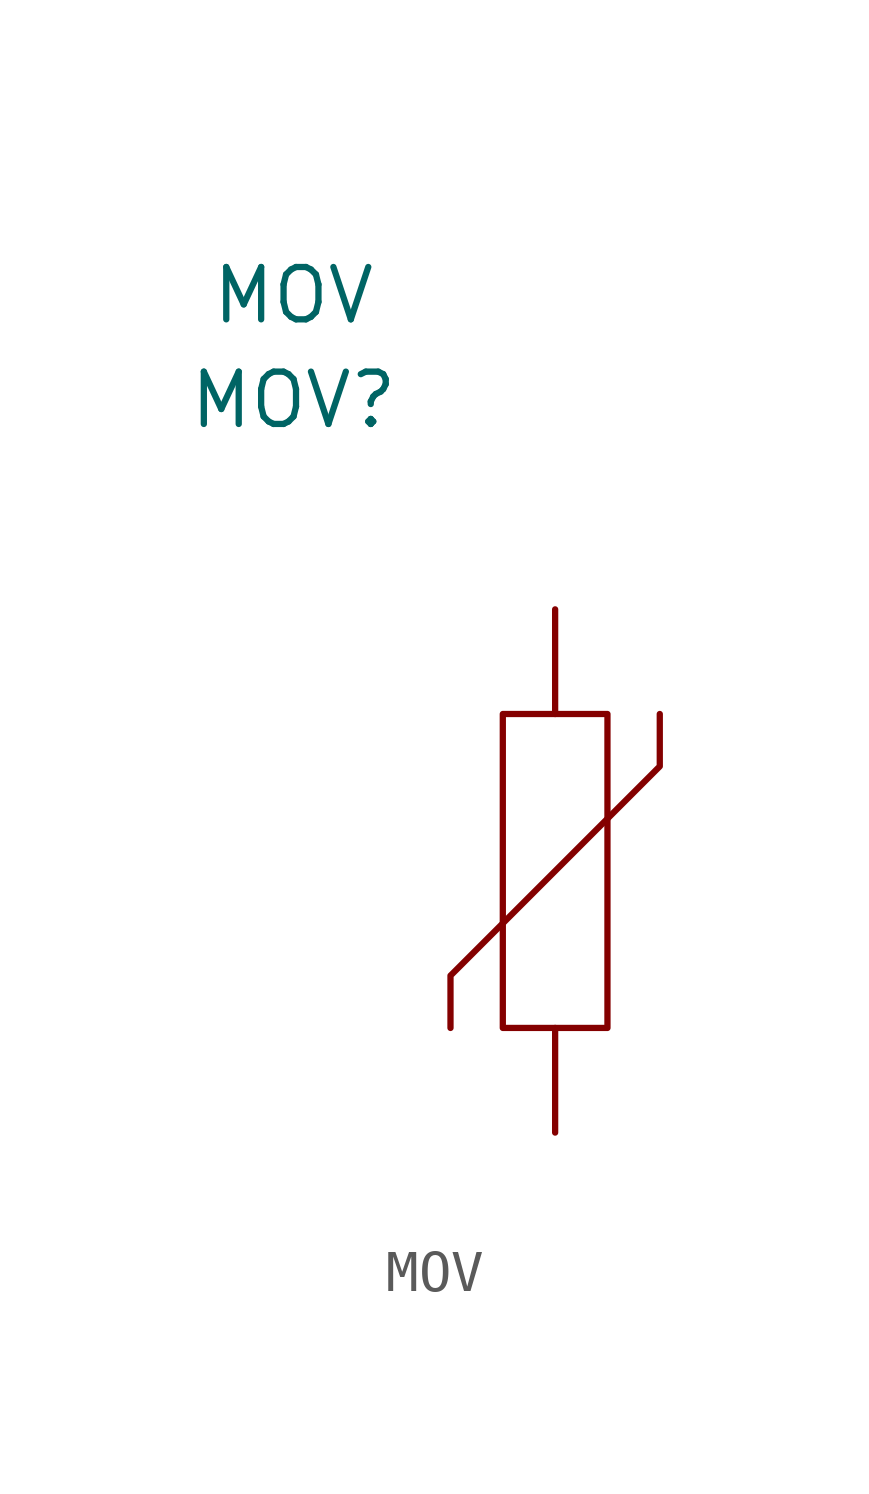
<source format=kicad_sym>
(kicad_symbol_lib
  (version 20241209)
  (generator "kicad_symbol_editor")
  (generator_version "9.0")
  (symbol "MOV"
    (pin_numbers
      (hide yes))
    (pin_names
      (offset 1.016)
      (hide yes))
    (property "Reference" "MOV"
      (at -6.35 11.43 0)
      (effects (font (size 1.27 1.27))))
    (property "Value" "MOV"
      (at -6.35 13.97 0)
      (effects (font (size 1.27 1.27))))
    (symbol "MOV_0_0"
      (pin passive line (at 0 6.35 270) (length 2.54) (name "~" (effects (font (size 1.27 1.27)))) (number "1" (effects (font (size 1.27 1.27)))))
      (pin passive line (at 0 -6.35 90) (length 2.54) (name "~" (effects (font (size 1.27 1.27)))) (number "2" (effects (font (size 1.27 1.27))))))
    (symbol "MOV_0_1"
      (rectangle (start -1.27 3.81) (end 1.27 -3.81) (stroke (width 0) (type default)) (fill (type none)))
      (polyline (pts (xy 2.54 3.81) (xy 2.54 2.54) (xy -2.54 -2.54) (xy -2.54 -3.81)) (stroke (width 0) (type default)) (fill (type none))))))
</source>
